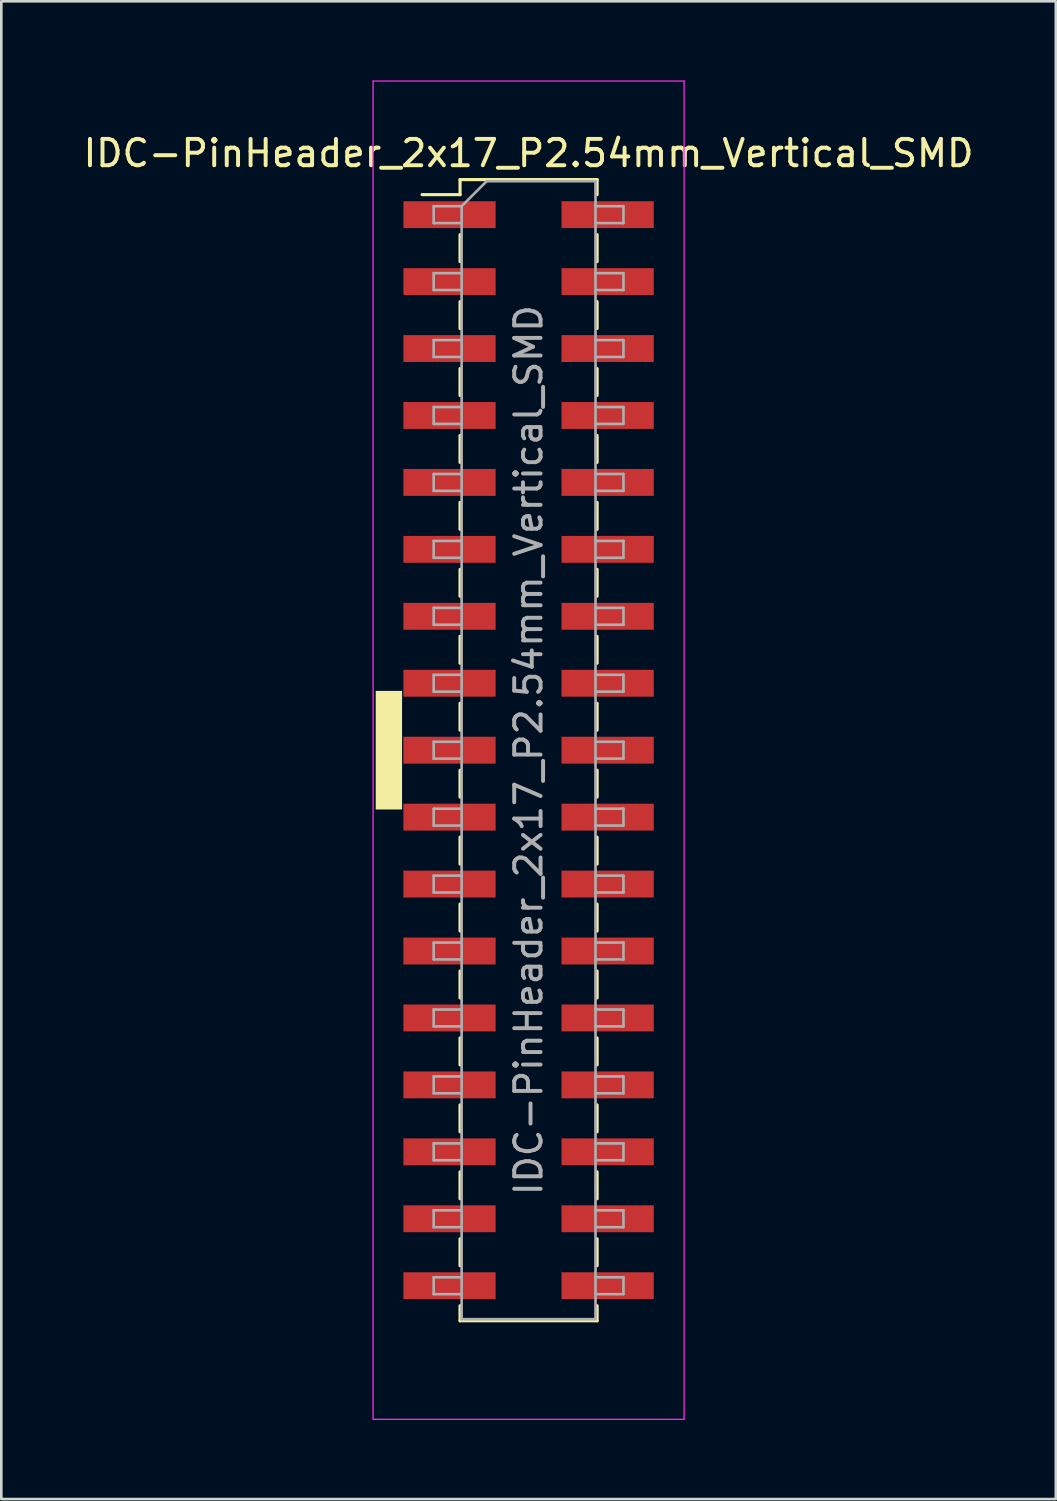
<source format=kicad_pcb>
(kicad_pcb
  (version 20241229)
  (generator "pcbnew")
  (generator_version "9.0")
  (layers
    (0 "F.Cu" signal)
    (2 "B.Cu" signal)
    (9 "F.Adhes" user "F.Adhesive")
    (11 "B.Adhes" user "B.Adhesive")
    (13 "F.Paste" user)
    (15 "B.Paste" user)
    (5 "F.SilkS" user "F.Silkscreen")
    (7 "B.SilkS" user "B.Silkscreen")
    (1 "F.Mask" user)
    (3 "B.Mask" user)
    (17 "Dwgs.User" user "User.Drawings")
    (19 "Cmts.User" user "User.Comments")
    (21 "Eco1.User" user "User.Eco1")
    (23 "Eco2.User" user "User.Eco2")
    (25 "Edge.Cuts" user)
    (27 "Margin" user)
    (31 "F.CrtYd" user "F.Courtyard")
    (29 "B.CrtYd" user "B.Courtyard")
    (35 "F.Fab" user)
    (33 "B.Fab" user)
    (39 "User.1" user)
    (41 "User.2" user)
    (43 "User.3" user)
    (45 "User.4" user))
  (footprint "IDC-PinHeader_2x17_P2.54mm_Vertical_SMD"
    (layer "F.Cu")
    (at 17.006 25.415)
    (property "Reference" "IDC-PinHeader_2x17_P2.54mm_Vertical_SMD" (at 0 -22.65 0) (layer "F.SilkS") (effects (font (size 1 1) (thickness 0.15))))
    (attr smd)
    (fp_line (start -4.04 -21.08) (end -2.6 -21.08) (stroke (width 0.12) (type solid)) (layer "F.SilkS"))
    (fp_line (start -2.6 -21.65) (end -2.6 -21.08) (stroke (width 0.12) (type solid)) (layer "F.SilkS"))
    (fp_line (start -2.6 -21.65) (end 2.6 -21.65) (stroke (width 0.12) (type solid)) (layer "F.SilkS"))
    (fp_line (start -2.6 -19.56) (end -2.6 -18.54) (stroke (width 0.12) (type solid)) (layer "F.SilkS"))
    (fp_line (start -2.6 -17.02) (end -2.6 -16) (stroke (width 0.12) (type solid)) (layer "F.SilkS"))
    (fp_line (start -2.6 -14.48) (end -2.6 -13.46) (stroke (width 0.12) (type solid)) (layer "F.SilkS"))
    (fp_line (start -2.6 -11.94) (end -2.6 -10.92) (stroke (width 0.12) (type solid)) (layer "F.SilkS"))
    (fp_line (start -2.6 -9.4) (end -2.6 -8.38) (stroke (width 0.12) (type solid)) (layer "F.SilkS"))
    (fp_line (start -2.6 -6.86) (end -2.6 -5.84) (stroke (width 0.12) (type solid)) (layer "F.SilkS"))
    (fp_line (start -2.6 -4.32) (end -2.6 -3.3) (stroke (width 0.12) (type solid)) (layer "F.SilkS"))
    (fp_line (start -2.6 -1.78) (end -2.6 -0.76) (stroke (width 0.12) (type solid)) (layer "F.SilkS"))
    (fp_line (start -2.6 0.76) (end -2.6 1.78) (stroke (width 0.12) (type solid)) (layer "F.SilkS"))
    (fp_line (start -2.6 3.3) (end -2.6 4.32) (stroke (width 0.12) (type solid)) (layer "F.SilkS"))
    (fp_line (start -2.6 5.84) (end -2.6 6.86) (stroke (width 0.12) (type solid)) (layer "F.SilkS"))
    (fp_line (start -2.6 8.38) (end -2.6 9.4) (stroke (width 0.12) (type solid)) (layer "F.SilkS"))
    (fp_line (start -2.6 10.92) (end -2.6 11.94) (stroke (width 0.12) (type solid)) (layer "F.SilkS"))
    (fp_line (start -2.6 13.46) (end -2.6 14.48) (stroke (width 0.12) (type solid)) (layer "F.SilkS"))
    (fp_line (start -2.6 16) (end -2.6 17.02) (stroke (width 0.12) (type solid)) (layer "F.SilkS"))
    (fp_line (start -2.6 18.54) (end -2.6 19.56) (stroke (width 0.12) (type solid)) (layer "F.SilkS"))
    (fp_line (start -2.6 21.08) (end -2.6 21.65) (stroke (width 0.12) (type solid)) (layer "F.SilkS"))
    (fp_line (start -2.6 21.65) (end 2.6 21.65) (stroke (width 0.12) (type solid)) (layer "F.SilkS"))
    (fp_line (start 2.6 -21.65) (end 2.6 -21.08) (stroke (width 0.12) (type solid)) (layer "F.SilkS"))
    (fp_line (start 2.6 -19.56) (end 2.6 -18.54) (stroke (width 0.12) (type solid)) (layer "F.SilkS"))
    (fp_line (start 2.6 -17.02) (end 2.6 -16) (stroke (width 0.12) (type solid)) (layer "F.SilkS"))
    (fp_line (start 2.6 -14.48) (end 2.6 -13.46) (stroke (width 0.12) (type solid)) (layer "F.SilkS"))
    (fp_line (start 2.6 -11.94) (end 2.6 -10.92) (stroke (width 0.12) (type solid)) (layer "F.SilkS"))
    (fp_line (start 2.6 -9.4) (end 2.6 -8.38) (stroke (width 0.12) (type solid)) (layer "F.SilkS"))
    (fp_line (start 2.6 -6.86) (end 2.6 -5.84) (stroke (width 0.12) (type solid)) (layer "F.SilkS"))
    (fp_line (start 2.6 -4.32) (end 2.6 -3.3) (stroke (width 0.12) (type solid)) (layer "F.SilkS"))
    (fp_line (start 2.6 -1.78) (end 2.6 -0.76) (stroke (width 0.12) (type solid)) (layer "F.SilkS"))
    (fp_line (start 2.6 0.76) (end 2.6 1.78) (stroke (width 0.12) (type solid)) (layer "F.SilkS"))
    (fp_line (start 2.6 3.3) (end 2.6 4.32) (stroke (width 0.12) (type solid)) (layer "F.SilkS"))
    (fp_line (start 2.6 5.84) (end 2.6 6.86) (stroke (width 0.12) (type solid)) (layer "F.SilkS"))
    (fp_line (start 2.6 8.38) (end 2.6 9.4) (stroke (width 0.12) (type solid)) (layer "F.SilkS"))
    (fp_line (start 2.6 10.92) (end 2.6 11.94) (stroke (width 0.12) (type solid)) (layer "F.SilkS"))
    (fp_line (start 2.6 13.46) (end 2.6 14.48) (stroke (width 0.12) (type solid)) (layer "F.SilkS"))
    (fp_line (start 2.6 16) (end 2.6 17.02) (stroke (width 0.12) (type solid)) (layer "F.SilkS"))
    (fp_line (start 2.6 18.54) (end 2.6 19.56) (stroke (width 0.12) (type solid)) (layer "F.SilkS"))
    (fp_line (start 2.6 21.08) (end 2.6 21.65) (stroke (width 0.12) (type solid)) (layer "F.SilkS"))
    (fp_rect (start -5.8 -2.25) (end -4.8 2.25) (stroke (width 0) (type solid)) (fill yes) (layer "F.SilkS"))
    (fp_line (start -5.9 -25.39) (end -5.9 25.39) (stroke (width 0.05) (type solid)) (layer "F.CrtYd"))
    (fp_line (start -5.9 25.39) (end 5.9 25.39) (stroke (width 0.05) (type solid)) (layer "F.CrtYd"))
    (fp_line (start 5.9 -25.39) (end -5.9 -25.39) (stroke (width 0.05) (type solid)) (layer "F.CrtYd"))
    (fp_line (start 5.9 25.39) (end 5.9 -25.39) (stroke (width 0.05) (type solid)) (layer "F.CrtYd"))
    (fp_line (start -3.6 -20.64) (end -3.6 -20) (stroke (width 0.1) (type solid)) (layer "F.Fab"))
    (fp_line (start -3.6 -20) (end -2.54 -20) (stroke (width 0.1) (type solid)) (layer "F.Fab"))
    (fp_line (start -3.6 -18.1) (end -3.6 -17.46) (stroke (width 0.1) (type solid)) (layer "F.Fab"))
    (fp_line (start -3.6 -17.46) (end -2.54 -17.46) (stroke (width 0.1) (type solid)) (layer "F.Fab"))
    (fp_line (start -3.6 -15.56) (end -3.6 -14.92) (stroke (width 0.1) (type solid)) (layer "F.Fab"))
    (fp_line (start -3.6 -14.92) (end -2.54 -14.92) (stroke (width 0.1) (type solid)) (layer "F.Fab"))
    (fp_line (start -3.6 -13.02) (end -3.6 -12.38) (stroke (width 0.1) (type solid)) (layer "F.Fab"))
    (fp_line (start -3.6 -12.38) (end -2.54 -12.38) (stroke (width 0.1) (type solid)) (layer "F.Fab"))
    (fp_line (start -3.6 -10.48) (end -3.6 -9.84) (stroke (width 0.1) (type solid)) (layer "F.Fab"))
    (fp_line (start -3.6 -9.84) (end -2.54 -9.84) (stroke (width 0.1) (type solid)) (layer "F.Fab"))
    (fp_line (start -3.6 -7.94) (end -3.6 -7.3) (stroke (width 0.1) (type solid)) (layer "F.Fab"))
    (fp_line (start -3.6 -7.3) (end -2.54 -7.3) (stroke (width 0.1) (type solid)) (layer "F.Fab"))
    (fp_line (start -3.6 -5.4) (end -3.6 -4.76) (stroke (width 0.1) (type solid)) (layer "F.Fab"))
    (fp_line (start -3.6 -4.76) (end -2.54 -4.76) (stroke (width 0.1) (type solid)) (layer "F.Fab"))
    (fp_line (start -3.6 -2.86) (end -3.6 -2.22) (stroke (width 0.1) (type solid)) (layer "F.Fab"))
    (fp_line (start -3.6 -2.22) (end -2.54 -2.22) (stroke (width 0.1) (type solid)) (layer "F.Fab"))
    (fp_line (start -3.6 -0.32) (end -3.6 0.32) (stroke (width 0.1) (type solid)) (layer "F.Fab"))
    (fp_line (start -3.6 0.32) (end -2.54 0.32) (stroke (width 0.1) (type solid)) (layer "F.Fab"))
    (fp_line (start -3.6 2.22) (end -3.6 2.86) (stroke (width 0.1) (type solid)) (layer "F.Fab"))
    (fp_line (start -3.6 2.86) (end -2.54 2.86) (stroke (width 0.1) (type solid)) (layer "F.Fab"))
    (fp_line (start -3.6 4.76) (end -3.6 5.4) (stroke (width 0.1) (type solid)) (layer "F.Fab"))
    (fp_line (start -3.6 5.4) (end -2.54 5.4) (stroke (width 0.1) (type solid)) (layer "F.Fab"))
    (fp_line (start -3.6 7.3) (end -3.6 7.94) (stroke (width 0.1) (type solid)) (layer "F.Fab"))
    (fp_line (start -3.6 7.94) (end -2.54 7.94) (stroke (width 0.1) (type solid)) (layer "F.Fab"))
    (fp_line (start -3.6 9.84) (end -3.6 10.48) (stroke (width 0.1) (type solid)) (layer "F.Fab"))
    (fp_line (start -3.6 10.48) (end -2.54 10.48) (stroke (width 0.1) (type solid)) (layer "F.Fab"))
    (fp_line (start -3.6 12.38) (end -3.6 13.02) (stroke (width 0.1) (type solid)) (layer "F.Fab"))
    (fp_line (start -3.6 13.02) (end -2.54 13.02) (stroke (width 0.1) (type solid)) (layer "F.Fab"))
    (fp_line (start -3.6 14.92) (end -3.6 15.56) (stroke (width 0.1) (type solid)) (layer "F.Fab"))
    (fp_line (start -3.6 15.56) (end -2.54 15.56) (stroke (width 0.1) (type solid)) (layer "F.Fab"))
    (fp_line (start -3.6 17.46) (end -3.6 18.1) (stroke (width 0.1) (type solid)) (layer "F.Fab"))
    (fp_line (start -3.6 18.1) (end -2.54 18.1) (stroke (width 0.1) (type solid)) (layer "F.Fab"))
    (fp_line (start -3.6 20) (end -3.6 20.64) (stroke (width 0.1) (type solid)) (layer "F.Fab"))
    (fp_line (start -3.6 20.64) (end -2.54 20.64) (stroke (width 0.1) (type solid)) (layer "F.Fab"))
    (fp_line (start -2.54 -20.64) (end -3.6 -20.64) (stroke (width 0.1) (type solid)) (layer "F.Fab"))
    (fp_line (start -2.54 -20.64) (end -1.59 -21.59) (stroke (width 0.1) (type solid)) (layer "F.Fab"))
    (fp_line (start -2.54 -18.1) (end -3.6 -18.1) (stroke (width 0.1) (type solid)) (layer "F.Fab"))
    (fp_line (start -2.54 -15.56) (end -3.6 -15.56) (stroke (width 0.1) (type solid)) (layer "F.Fab"))
    (fp_line (start -2.54 -13.02) (end -3.6 -13.02) (stroke (width 0.1) (type solid)) (layer "F.Fab"))
    (fp_line (start -2.54 -10.48) (end -3.6 -10.48) (stroke (width 0.1) (type solid)) (layer "F.Fab"))
    (fp_line (start -2.54 -7.94) (end -3.6 -7.94) (stroke (width 0.1) (type solid)) (layer "F.Fab"))
    (fp_line (start -2.54 -5.4) (end -3.6 -5.4) (stroke (width 0.1) (type solid)) (layer "F.Fab"))
    (fp_line (start -2.54 -2.86) (end -3.6 -2.86) (stroke (width 0.1) (type solid)) (layer "F.Fab"))
    (fp_line (start -2.54 -0.32) (end -3.6 -0.32) (stroke (width 0.1) (type solid)) (layer "F.Fab"))
    (fp_line (start -2.54 2.22) (end -3.6 2.22) (stroke (width 0.1) (type solid)) (layer "F.Fab"))
    (fp_line (start -2.54 4.76) (end -3.6 4.76) (stroke (width 0.1) (type solid)) (layer "F.Fab"))
    (fp_line (start -2.54 7.3) (end -3.6 7.3) (stroke (width 0.1) (type solid)) (layer "F.Fab"))
    (fp_line (start -2.54 9.84) (end -3.6 9.84) (stroke (width 0.1) (type solid)) (layer "F.Fab"))
    (fp_line (start -2.54 12.38) (end -3.6 12.38) (stroke (width 0.1) (type solid)) (layer "F.Fab"))
    (fp_line (start -2.54 14.92) (end -3.6 14.92) (stroke (width 0.1) (type solid)) (layer "F.Fab"))
    (fp_line (start -2.54 17.46) (end -3.6 17.46) (stroke (width 0.1) (type solid)) (layer "F.Fab"))
    (fp_line (start -2.54 20) (end -3.6 20) (stroke (width 0.1) (type solid)) (layer "F.Fab"))
    (fp_line (start -2.54 21.59) (end -2.54 -20.64) (stroke (width 0.1) (type solid)) (layer "F.Fab"))
    (fp_line (start -1.59 -21.59) (end 2.54 -21.59) (stroke (width 0.1) (type solid)) (layer "F.Fab"))
    (fp_line (start 2.54 -21.59) (end 2.54 21.59) (stroke (width 0.1) (type solid)) (layer "F.Fab"))
    (fp_line (start 2.54 -20.64) (end 3.6 -20.64) (stroke (width 0.1) (type solid)) (layer "F.Fab"))
    (fp_line (start 2.54 -18.1) (end 3.6 -18.1) (stroke (width 0.1) (type solid)) (layer "F.Fab"))
    (fp_line (start 2.54 -15.56) (end 3.6 -15.56) (stroke (width 0.1) (type solid)) (layer "F.Fab"))
    (fp_line (start 2.54 -13.02) (end 3.6 -13.02) (stroke (width 0.1) (type solid)) (layer "F.Fab"))
    (fp_line (start 2.54 -10.48) (end 3.6 -10.48) (stroke (width 0.1) (type solid)) (layer "F.Fab"))
    (fp_line (start 2.54 -7.94) (end 3.6 -7.94) (stroke (width 0.1) (type solid)) (layer "F.Fab"))
    (fp_line (start 2.54 -5.4) (end 3.6 -5.4) (stroke (width 0.1) (type solid)) (layer "F.Fab"))
    (fp_line (start 2.54 -2.86) (end 3.6 -2.86) (stroke (width 0.1) (type solid)) (layer "F.Fab"))
    (fp_line (start 2.54 -0.32) (end 3.6 -0.32) (stroke (width 0.1) (type solid)) (layer "F.Fab"))
    (fp_line (start 2.54 2.22) (end 3.6 2.22) (stroke (width 0.1) (type solid)) (layer "F.Fab"))
    (fp_line (start 2.54 4.76) (end 3.6 4.76) (stroke (width 0.1) (type solid)) (layer "F.Fab"))
    (fp_line (start 2.54 7.3) (end 3.6 7.3) (stroke (width 0.1) (type solid)) (layer "F.Fab"))
    (fp_line (start 2.54 9.84) (end 3.6 9.84) (stroke (width 0.1) (type solid)) (layer "F.Fab"))
    (fp_line (start 2.54 12.38) (end 3.6 12.38) (stroke (width 0.1) (type solid)) (layer "F.Fab"))
    (fp_line (start 2.54 14.92) (end 3.6 14.92) (stroke (width 0.1) (type solid)) (layer "F.Fab"))
    (fp_line (start 2.54 17.46) (end 3.6 17.46) (stroke (width 0.1) (type solid)) (layer "F.Fab"))
    (fp_line (start 2.54 20) (end 3.6 20) (stroke (width 0.1) (type solid)) (layer "F.Fab"))
    (fp_line (start 2.54 21.59) (end -2.54 21.59) (stroke (width 0.1) (type solid)) (layer "F.Fab"))
    (fp_line (start 3.6 -20.64) (end 3.6 -20) (stroke (width 0.1) (type solid)) (layer "F.Fab"))
    (fp_line (start 3.6 -20) (end 2.54 -20) (stroke (width 0.1) (type solid)) (layer "F.Fab"))
    (fp_line (start 3.6 -18.1) (end 3.6 -17.46) (stroke (width 0.1) (type solid)) (layer "F.Fab"))
    (fp_line (start 3.6 -17.46) (end 2.54 -17.46) (stroke (width 0.1) (type solid)) (layer "F.Fab"))
    (fp_line (start 3.6 -15.56) (end 3.6 -14.92) (stroke (width 0.1) (type solid)) (layer "F.Fab"))
    (fp_line (start 3.6 -14.92) (end 2.54 -14.92) (stroke (width 0.1) (type solid)) (layer "F.Fab"))
    (fp_line (start 3.6 -13.02) (end 3.6 -12.38) (stroke (width 0.1) (type solid)) (layer "F.Fab"))
    (fp_line (start 3.6 -12.38) (end 2.54 -12.38) (stroke (width 0.1) (type solid)) (layer "F.Fab"))
    (fp_line (start 3.6 -10.48) (end 3.6 -9.84) (stroke (width 0.1) (type solid)) (layer "F.Fab"))
    (fp_line (start 3.6 -9.84) (end 2.54 -9.84) (stroke (width 0.1) (type solid)) (layer "F.Fab"))
    (fp_line (start 3.6 -7.94) (end 3.6 -7.3) (stroke (width 0.1) (type solid)) (layer "F.Fab"))
    (fp_line (start 3.6 -7.3) (end 2.54 -7.3) (stroke (width 0.1) (type solid)) (layer "F.Fab"))
    (fp_line (start 3.6 -5.4) (end 3.6 -4.76) (stroke (width 0.1) (type solid)) (layer "F.Fab"))
    (fp_line (start 3.6 -4.76) (end 2.54 -4.76) (stroke (width 0.1) (type solid)) (layer "F.Fab"))
    (fp_line (start 3.6 -2.86) (end 3.6 -2.22) (stroke (width 0.1) (type solid)) (layer "F.Fab"))
    (fp_line (start 3.6 -2.22) (end 2.54 -2.22) (stroke (width 0.1) (type solid)) (layer "F.Fab"))
    (fp_line (start 3.6 -0.32) (end 3.6 0.32) (stroke (width 0.1) (type solid)) (layer "F.Fab"))
    (fp_line (start 3.6 0.32) (end 2.54 0.32) (stroke (width 0.1) (type solid)) (layer "F.Fab"))
    (fp_line (start 3.6 2.22) (end 3.6 2.86) (stroke (width 0.1) (type solid)) (layer "F.Fab"))
    (fp_line (start 3.6 2.86) (end 2.54 2.86) (stroke (width 0.1) (type solid)) (layer "F.Fab"))
    (fp_line (start 3.6 4.76) (end 3.6 5.4) (stroke (width 0.1) (type solid)) (layer "F.Fab"))
    (fp_line (start 3.6 5.4) (end 2.54 5.4) (stroke (width 0.1) (type solid)) (layer "F.Fab"))
    (fp_line (start 3.6 7.3) (end 3.6 7.94) (stroke (width 0.1) (type solid)) (layer "F.Fab"))
    (fp_line (start 3.6 7.94) (end 2.54 7.94) (stroke (width 0.1) (type solid)) (layer "F.Fab"))
    (fp_line (start 3.6 9.84) (end 3.6 10.48) (stroke (width 0.1) (type solid)) (layer "F.Fab"))
    (fp_line (start 3.6 10.48) (end 2.54 10.48) (stroke (width 0.1) (type solid)) (layer "F.Fab"))
    (fp_line (start 3.6 12.38) (end 3.6 13.02) (stroke (width 0.1) (type solid)) (layer "F.Fab"))
    (fp_line (start 3.6 13.02) (end 2.54 13.02) (stroke (width 0.1) (type solid)) (layer "F.Fab"))
    (fp_line (start 3.6 14.92) (end 3.6 15.56) (stroke (width 0.1) (type solid)) (layer "F.Fab"))
    (fp_line (start 3.6 15.56) (end 2.54 15.56) (stroke (width 0.1) (type solid)) (layer "F.Fab"))
    (fp_line (start 3.6 17.46) (end 3.6 18.1) (stroke (width 0.1) (type solid)) (layer "F.Fab"))
    (fp_line (start 3.6 18.1) (end 2.54 18.1) (stroke (width 0.1) (type solid)) (layer "F.Fab"))
    (fp_line (start 3.6 20) (end 3.6 20.64) (stroke (width 0.1) (type solid)) (layer "F.Fab"))
    (fp_line (start 3.6 20.64) (end 2.54 20.64) (stroke (width 0.1) (type solid)) (layer "F.Fab"))
    (fp_text user "${REFERENCE}" (at 0 0 90) (layer "F.Fab") (effects (font (size 1 1) (thickness 0.15))))
    (pad "1" smd rect (at -3 -20.32) (size 3.5 1.02) (layers "F.Cu" "F.Mask" "F.Paste"))
    (pad "2" smd rect (at 3 -20.32) (size 3.5 1.02) (layers "F.Cu" "F.Mask" "F.Paste"))
    (pad "3" smd rect (at -3 -17.78) (size 3.5 1.02) (layers "F.Cu" "F.Mask" "F.Paste"))
    (pad "4" smd rect (at 3 -17.78) (size 3.5 1.02) (layers "F.Cu" "F.Mask" "F.Paste"))
    (pad "5" smd rect (at -3 -15.24) (size 3.5 1.02) (layers "F.Cu" "F.Mask" "F.Paste"))
    (pad "6" smd rect (at 3 -15.24) (size 3.5 1.02) (layers "F.Cu" "F.Mask" "F.Paste"))
    (pad "7" smd rect (at -3 -12.7) (size 3.5 1.02) (layers "F.Cu" "F.Mask" "F.Paste"))
    (pad "8" smd rect (at 3 -12.7) (size 3.5 1.02) (layers "F.Cu" "F.Mask" "F.Paste"))
    (pad "9" smd rect (at -3 -10.16) (size 3.5 1.02) (layers "F.Cu" "F.Mask" "F.Paste"))
    (pad "10" smd rect (at 3 -10.16) (size 3.5 1.02) (layers "F.Cu" "F.Mask" "F.Paste"))
    (pad "11" smd rect (at -3 -7.62) (size 3.5 1.02) (layers "F.Cu" "F.Mask" "F.Paste"))
    (pad "12" smd rect (at 3 -7.62) (size 3.5 1.02) (layers "F.Cu" "F.Mask" "F.Paste"))
    (pad "13" smd rect (at -3 -5.08) (size 3.5 1.02) (layers "F.Cu" "F.Mask" "F.Paste"))
    (pad "14" smd rect (at 3 -5.08) (size 3.5 1.02) (layers "F.Cu" "F.Mask" "F.Paste"))
    (pad "15" smd rect (at -3 -2.54) (size 3.5 1.02) (layers "F.Cu" "F.Mask" "F.Paste"))
    (pad "16" smd rect (at 3 -2.54) (size 3.5 1.02) (layers "F.Cu" "F.Mask" "F.Paste"))
    (pad "17" smd rect (at -3 0) (size 3.5 1.02) (layers "F.Cu" "F.Mask" "F.Paste"))
    (pad "18" smd rect (at 3 0) (size 3.5 1.02) (layers "F.Cu" "F.Mask" "F.Paste"))
    (pad "19" smd rect (at -3 2.54) (size 3.5 1.02) (layers "F.Cu" "F.Mask" "F.Paste"))
    (pad "20" smd rect (at 3 2.54) (size 3.5 1.02) (layers "F.Cu" "F.Mask" "F.Paste"))
    (pad "21" smd rect (at -3 5.08) (size 3.5 1.02) (layers "F.Cu" "F.Mask" "F.Paste"))
    (pad "22" smd rect (at 3 5.08) (size 3.5 1.02) (layers "F.Cu" "F.Mask" "F.Paste"))
    (pad "23" smd rect (at -3 7.62) (size 3.5 1.02) (layers "F.Cu" "F.Mask" "F.Paste"))
    (pad "24" smd rect (at 3 7.62) (size 3.5 1.02) (layers "F.Cu" "F.Mask" "F.Paste"))
    (pad "25" smd rect (at -3 10.16) (size 3.5 1.02) (layers "F.Cu" "F.Mask" "F.Paste"))
    (pad "26" smd rect (at 3 10.16) (size 3.5 1.02) (layers "F.Cu" "F.Mask" "F.Paste"))
    (pad "27" smd rect (at -3 12.7) (size 3.5 1.02) (layers "F.Cu" "F.Mask" "F.Paste"))
    (pad "28" smd rect (at 3 12.7) (size 3.5 1.02) (layers "F.Cu" "F.Mask" "F.Paste"))
    (pad "29" smd rect (at -3 15.24) (size 3.5 1.02) (layers "F.Cu" "F.Mask" "F.Paste"))
    (pad "30" smd rect (at 3 15.24) (size 3.5 1.02) (layers "F.Cu" "F.Mask" "F.Paste"))
    (pad "31" smd rect (at -3 17.78) (size 3.5 1.02) (layers "F.Cu" "F.Mask" "F.Paste"))
    (pad "32" smd rect (at 3 17.78) (size 3.5 1.02) (layers "F.Cu" "F.Mask" "F.Paste"))
    (pad "33" smd rect (at -3 20.32) (size 3.5 1.02) (layers "F.Cu" "F.Mask" "F.Paste"))
    (pad "34" smd rect (at 3 20.32) (size 3.5 1.02) (layers "F.Cu" "F.Mask" "F.Paste")))
  (gr_rect
    (start -3 -3)
    (end 37.012 53.83)
    (stroke (width 0.1) (type default))
    (fill no)
    (layer "Edge.Cuts")))
</source>
